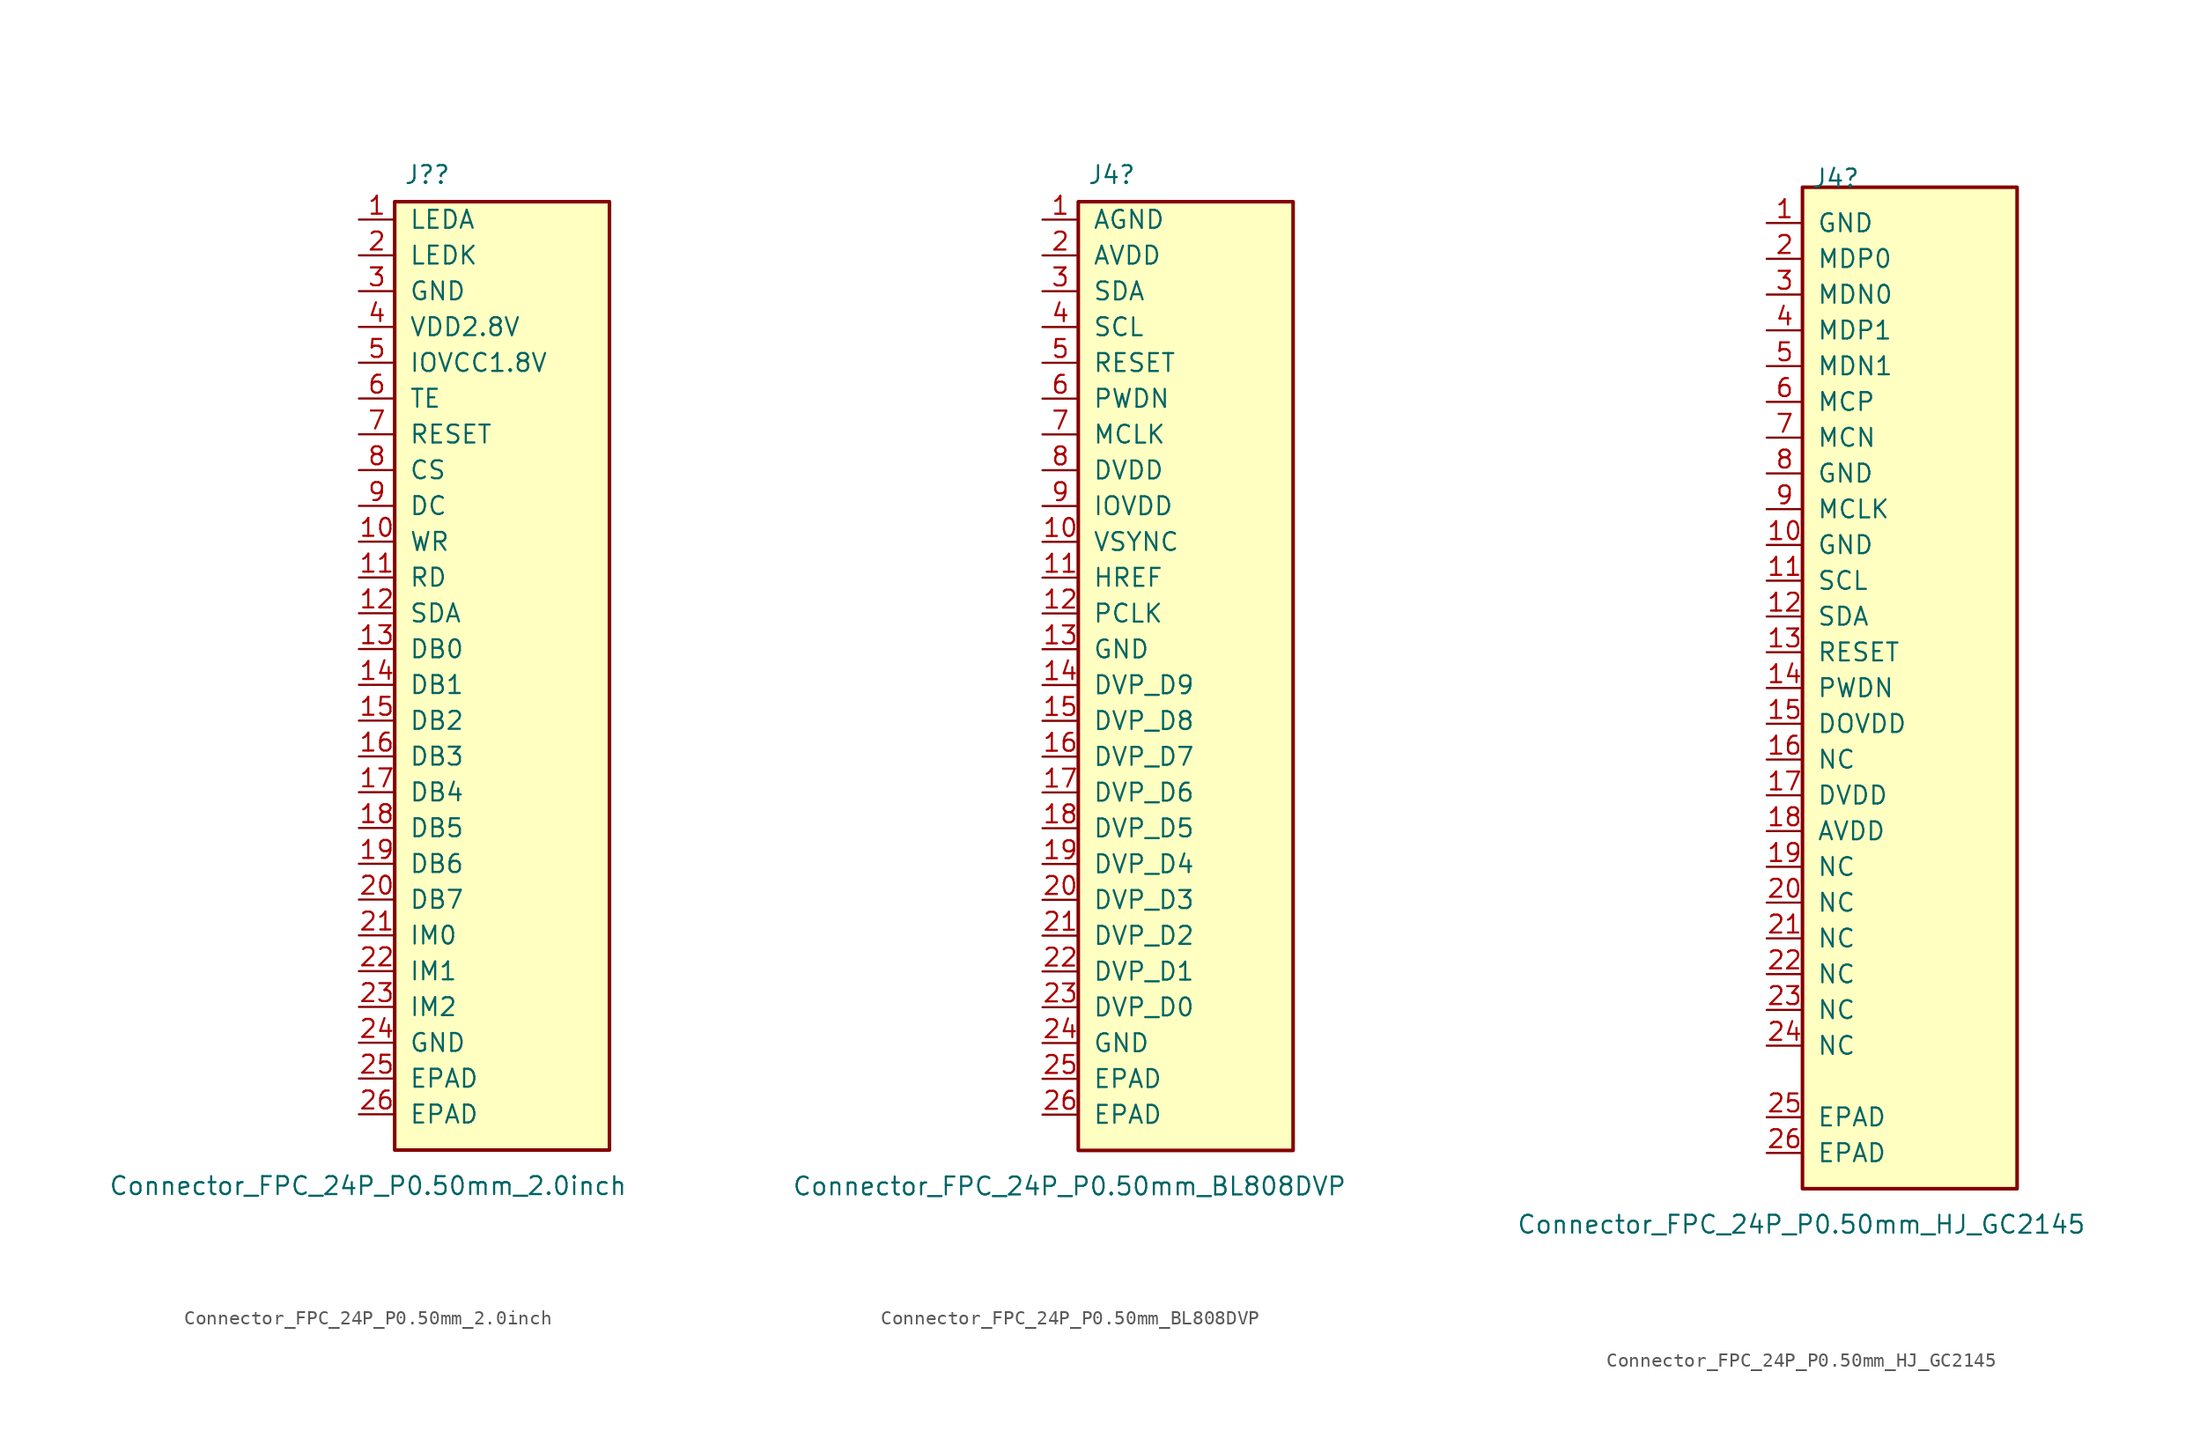
<source format=kicad_sym>
(kicad_symbol_lib
  (version 20211014)
  (generator kicad_symbol_editor)
  (symbol "Connector_FPC_24P_P0.50mm_2.0inch"
    (pin_names
      (offset 1.016))
    (property "Reference" "J?"
      (at -12.065 46.355 0)
      (effects (font (size 1.27 1.27)) (justify left)))
    (property "Value" "Connector_FPC_24P_P0.50mm_2.0inch"
      (at -33.02 -25.4 0)
      (effects (font (size 1.27 1.27)) (justify left)))
    (symbol "Connector_FPC_24P_P0.50mm_2.0inch_0_0"
      (pin bidirectional line (at -15.24 43.18 0) (length 2.54) (name "LEDA" (effects (font (size 1.27 1.27)))) (number "1" (effects (font (size 1.27 1.27)))))
      (pin bidirectional line (at -15.24 20.32 0) (length 2.54) (name "WR" (effects (font (size 1.27 1.27)))) (number "10" (effects (font (size 1.27 1.27)))))
      (pin bidirectional line (at -15.24 17.78 0) (length 2.54) (name "RD" (effects (font (size 1.27 1.27)))) (number "11" (effects (font (size 1.27 1.27)))))
      (pin bidirectional line (at -15.24 15.24 0) (length 2.54) (name "SDA" (effects (font (size 1.27 1.27)))) (number "12" (effects (font (size 1.27 1.27)))))
      (pin bidirectional line (at -15.24 12.7 0) (length 2.54) (name "DB0" (effects (font (size 1.27 1.27)))) (number "13" (effects (font (size 1.27 1.27)))))
      (pin bidirectional line (at -15.24 10.16 0) (length 2.54) (name "DB1" (effects (font (size 1.27 1.27)))) (number "14" (effects (font (size 1.27 1.27)))))
      (pin bidirectional line (at -15.24 7.62 0) (length 2.54) (name "DB2" (effects (font (size 1.27 1.27)))) (number "15" (effects (font (size 1.27 1.27)))))
      (pin bidirectional line (at -15.24 5.08 0) (length 2.54) (name "DB3" (effects (font (size 1.27 1.27)))) (number "16" (effects (font (size 1.27 1.27)))))
      (pin bidirectional line (at -15.24 2.54 0) (length 2.54) (name "DB4" (effects (font (size 1.27 1.27)))) (number "17" (effects (font (size 1.27 1.27)))))
      (pin bidirectional line (at -15.24 0 0) (length 2.54) (name "DB5" (effects (font (size 1.27 1.27)))) (number "18" (effects (font (size 1.27 1.27)))))
      (pin bidirectional line (at -15.24 -2.54 0) (length 2.54) (name "DB6" (effects (font (size 1.27 1.27)))) (number "19" (effects (font (size 1.27 1.27)))))
      (pin bidirectional line (at -15.24 40.64 0) (length 2.54) (name "LEDK" (effects (font (size 1.27 1.27)))) (number "2" (effects (font (size 1.27 1.27)))))
      (pin bidirectional line (at -15.24 -5.08 0) (length 2.54) (name "DB7" (effects (font (size 1.27 1.27)))) (number "20" (effects (font (size 1.27 1.27)))))
      (pin bidirectional line (at -15.24 -7.62 0) (length 2.54) (name "IM0" (effects (font (size 1.27 1.27)))) (number "21" (effects (font (size 1.27 1.27)))))
      (pin bidirectional line (at -15.24 -10.16 0) (length 2.54) (name "IM1" (effects (font (size 1.27 1.27)))) (number "22" (effects (font (size 1.27 1.27)))))
      (pin bidirectional line (at -15.24 -12.7 0) (length 2.54) (name "IM2" (effects (font (size 1.27 1.27)))) (number "23" (effects (font (size 1.27 1.27)))))
      (pin bidirectional line (at -15.24 -15.24 0) (length 2.54) (name "GND" (effects (font (size 1.27 1.27)))) (number "24" (effects (font (size 1.27 1.27)))))
      (pin bidirectional line (at -15.24 -17.78 0) (length 2.54) (name "EPAD" (effects (font (size 1.27 1.27)))) (number "25" (effects (font (size 1.27 1.27)))))
      (pin bidirectional line (at -15.24 -20.32 0) (length 2.54) (name "EPAD" (effects (font (size 1.27 1.27)))) (number "26" (effects (font (size 1.27 1.27)))))
      (pin bidirectional line (at -15.24 38.1 0) (length 2.54) (name "GND" (effects (font (size 1.27 1.27)))) (number "3" (effects (font (size 1.27 1.27)))))
      (pin bidirectional line (at -15.24 35.56 0) (length 2.54) (name "VDD2.8V" (effects (font (size 1.27 1.27)))) (number "4" (effects (font (size 1.27 1.27)))))
      (pin bidirectional line (at -15.24 33.02 0) (length 2.54) (name "IOVCC1.8V" (effects (font (size 1.27 1.27)))) (number "5" (effects (font (size 1.27 1.27)))))
      (pin bidirectional line (at -15.24 30.48 0) (length 2.54) (name "TE" (effects (font (size 1.27 1.27)))) (number "6" (effects (font (size 1.27 1.27)))))
      (pin bidirectional line (at -15.24 27.94 0) (length 2.54) (name "RESET" (effects (font (size 1.27 1.27)))) (number "7" (effects (font (size 1.27 1.27)))))
      (pin bidirectional line (at -15.24 25.4 0) (length 2.54) (name "CS" (effects (font (size 1.27 1.27)))) (number "8" (effects (font (size 1.27 1.27)))))
      (pin bidirectional line (at -15.24 22.86 0) (length 2.54) (name "DC" (effects (font (size 1.27 1.27)))) (number "9" (effects (font (size 1.27 1.27))))))
    (symbol "Connector_FPC_24P_P0.50mm_2.0inch_0_1"
      (rectangle (start -12.7 44.45) (end 2.54 -22.86) (stroke (width 0.254) (type default) (color 0 0 0 0)) (fill (type background)))))
  (symbol "Connector_FPC_24P_P0.50mm_BL808DVP"
    (pin_names
      (offset 1.016))
    (property "Reference" "J4"
      (at -12.065 46.355 0)
      (effects (font (size 1.27 1.27)) (justify left)))
    (property "Value" "Connector_FPC_24P_P0.50mm_BL808DVP"
      (at -33.02 -25.4 0)
      (effects (font (size 1.27 1.27)) (justify left)))
    (symbol "Connector_FPC_24P_P0.50mm_BL808DVP_0_0"
      (pin bidirectional line (at -15.24 43.18 0) (length 2.54) (name "AGND" (effects (font (size 1.27 1.27)))) (number "1" (effects (font (size 1.27 1.27)))))
      (pin bidirectional line (at -15.24 20.32 0) (length 2.54) (name "VSYNC" (effects (font (size 1.27 1.27)))) (number "10" (effects (font (size 1.27 1.27)))))
      (pin bidirectional line (at -15.24 17.78 0) (length 2.54) (name "HREF" (effects (font (size 1.27 1.27)))) (number "11" (effects (font (size 1.27 1.27)))))
      (pin bidirectional line (at -15.24 15.24 0) (length 2.54) (name "PCLK" (effects (font (size 1.27 1.27)))) (number "12" (effects (font (size 1.27 1.27)))))
      (pin bidirectional line (at -15.24 12.7 0) (length 2.54) (name "GND" (effects (font (size 1.27 1.27)))) (number "13" (effects (font (size 1.27 1.27)))))
      (pin bidirectional line (at -15.24 10.16 0) (length 2.54) (name "DVP_D9" (effects (font (size 1.27 1.27)))) (number "14" (effects (font (size 1.27 1.27)))))
      (pin bidirectional line (at -15.24 7.62 0) (length 2.54) (name "DVP_D8" (effects (font (size 1.27 1.27)))) (number "15" (effects (font (size 1.27 1.27)))))
      (pin bidirectional line (at -15.24 5.08 0) (length 2.54) (name "DVP_D7" (effects (font (size 1.27 1.27)))) (number "16" (effects (font (size 1.27 1.27)))))
      (pin bidirectional line (at -15.24 2.54 0) (length 2.54) (name "DVP_D6" (effects (font (size 1.27 1.27)))) (number "17" (effects (font (size 1.27 1.27)))))
      (pin bidirectional line (at -15.24 0 0) (length 2.54) (name "DVP_D5" (effects (font (size 1.27 1.27)))) (number "18" (effects (font (size 1.27 1.27)))))
      (pin bidirectional line (at -15.24 -2.54 0) (length 2.54) (name "DVP_D4" (effects (font (size 1.27 1.27)))) (number "19" (effects (font (size 1.27 1.27)))))
      (pin bidirectional line (at -15.24 40.64 0) (length 2.54) (name "AVDD" (effects (font (size 1.27 1.27)))) (number "2" (effects (font (size 1.27 1.27)))))
      (pin bidirectional line (at -15.24 -5.08 0) (length 2.54) (name "DVP_D3" (effects (font (size 1.27 1.27)))) (number "20" (effects (font (size 1.27 1.27)))))
      (pin bidirectional line (at -15.24 -7.62 0) (length 2.54) (name "DVP_D2" (effects (font (size 1.27 1.27)))) (number "21" (effects (font (size 1.27 1.27)))))
      (pin bidirectional line (at -15.24 -10.16 0) (length 2.54) (name "DVP_D1" (effects (font (size 1.27 1.27)))) (number "22" (effects (font (size 1.27 1.27)))))
      (pin bidirectional line (at -15.24 -12.7 0) (length 2.54) (name "DVP_D0" (effects (font (size 1.27 1.27)))) (number "23" (effects (font (size 1.27 1.27)))))
      (pin bidirectional line (at -15.24 -15.24 0) (length 2.54) (name "GND" (effects (font (size 1.27 1.27)))) (number "24" (effects (font (size 1.27 1.27)))))
      (pin bidirectional line (at -15.24 -17.78 0) (length 2.54) (name "EPAD" (effects (font (size 1.27 1.27)))) (number "25" (effects (font (size 1.27 1.27)))))
      (pin bidirectional line (at -15.24 -20.32 0) (length 2.54) (name "EPAD" (effects (font (size 1.27 1.27)))) (number "26" (effects (font (size 1.27 1.27)))))
      (pin bidirectional line (at -15.24 38.1 0) (length 2.54) (name "SDA" (effects (font (size 1.27 1.27)))) (number "3" (effects (font (size 1.27 1.27)))))
      (pin bidirectional line (at -15.24 35.56 0) (length 2.54) (name "SCL" (effects (font (size 1.27 1.27)))) (number "4" (effects (font (size 1.27 1.27)))))
      (pin bidirectional line (at -15.24 33.02 0) (length 2.54) (name "RESET" (effects (font (size 1.27 1.27)))) (number "5" (effects (font (size 1.27 1.27)))))
      (pin bidirectional line (at -15.24 30.48 0) (length 2.54) (name "PWDN" (effects (font (size 1.27 1.27)))) (number "6" (effects (font (size 1.27 1.27)))))
      (pin bidirectional line (at -15.24 27.94 0) (length 2.54) (name "MCLK" (effects (font (size 1.27 1.27)))) (number "7" (effects (font (size 1.27 1.27)))))
      (pin bidirectional line (at -15.24 25.4 0) (length 2.54) (name "DVDD" (effects (font (size 1.27 1.27)))) (number "8" (effects (font (size 1.27 1.27)))))
      (pin bidirectional line (at -15.24 22.86 0) (length 2.54) (name "IOVDD" (effects (font (size 1.27 1.27)))) (number "9" (effects (font (size 1.27 1.27))))))
    (symbol "Connector_FPC_24P_P0.50mm_BL808DVP_0_1"
      (rectangle (start -12.7 44.45) (end 2.54 -22.86) (stroke (width 0.254) (type default) (color 0 0 0 0)) (fill (type background)))))
  (symbol "Connector_FPC_24P_P0.50mm_HJ_GC2145"
    (pin_names
      (offset 1.016))
    (property "Reference" "J4"
      (at -12.065 46.355 0)
      (effects (font (size 1.27 1.27)) (justify left)))
    (property "Value" "Connector_FPC_24P_P0.50mm_HJ_GC2145"
      (at -33.02 -27.94 0)
      (effects (font (size 1.27 1.27)) (justify left)))
    (symbol "Connector_FPC_24P_P0.50mm_HJ_GC2145_0_0"
      (pin bidirectional line (at -15.24 43.18 0) (length 2.54) (name "GND" (effects (font (size 1.27 1.27)))) (number "1" (effects (font (size 1.27 1.27)))))
      (pin bidirectional line (at -15.24 20.32 0) (length 2.54) (name "GND" (effects (font (size 1.27 1.27)))) (number "10" (effects (font (size 1.27 1.27)))))
      (pin bidirectional line (at -15.24 17.78 0) (length 2.54) (name "SCL" (effects (font (size 1.27 1.27)))) (number "11" (effects (font (size 1.27 1.27)))))
      (pin bidirectional line (at -15.24 15.24 0) (length 2.54) (name "SDA" (effects (font (size 1.27 1.27)))) (number "12" (effects (font (size 1.27 1.27)))))
      (pin bidirectional line (at -15.24 12.7 0) (length 2.54) (name "RESET" (effects (font (size 1.27 1.27)))) (number "13" (effects (font (size 1.27 1.27)))))
      (pin bidirectional line (at -15.24 10.16 0) (length 2.54) (name "PWDN" (effects (font (size 1.27 1.27)))) (number "14" (effects (font (size 1.27 1.27)))))
      (pin bidirectional line (at -15.24 7.62 0) (length 2.54) (name "DOVDD" (effects (font (size 1.27 1.27)))) (number "15" (effects (font (size 1.27 1.27)))))
      (pin bidirectional line (at -15.24 5.08 0) (length 2.54) (name "NC" (effects (font (size 1.27 1.27)))) (number "16" (effects (font (size 1.27 1.27)))))
      (pin bidirectional line (at -15.24 2.54 0) (length 2.54) (name "DVDD" (effects (font (size 1.27 1.27)))) (number "17" (effects (font (size 1.27 1.27)))))
      (pin bidirectional line (at -15.24 0 0) (length 2.54) (name "AVDD" (effects (font (size 1.27 1.27)))) (number "18" (effects (font (size 1.27 1.27)))))
      (pin bidirectional line (at -15.24 -2.54 0) (length 2.54) (name "NC" (effects (font (size 1.27 1.27)))) (number "19" (effects (font (size 1.27 1.27)))))
      (pin bidirectional line (at -15.24 40.64 0) (length 2.54) (name "MDP0" (effects (font (size 1.27 1.27)))) (number "2" (effects (font (size 1.27 1.27)))))
      (pin bidirectional line (at -15.24 -5.08 0) (length 2.54) (name "NC" (effects (font (size 1.27 1.27)))) (number "20" (effects (font (size 1.27 1.27)))))
      (pin bidirectional line (at -15.24 -7.62 0) (length 2.54) (name "NC" (effects (font (size 1.27 1.27)))) (number "21" (effects (font (size 1.27 1.27)))))
      (pin bidirectional line (at -15.24 -10.16 0) (length 2.54) (name "NC" (effects (font (size 1.27 1.27)))) (number "22" (effects (font (size 1.27 1.27)))))
      (pin bidirectional line (at -15.24 -12.7 0) (length 2.54) (name "NC" (effects (font (size 1.27 1.27)))) (number "23" (effects (font (size 1.27 1.27)))))
      (pin bidirectional line (at -15.24 -15.24 0) (length 2.54) (name "NC" (effects (font (size 1.27 1.27)))) (number "24" (effects (font (size 1.27 1.27)))))
      (pin bidirectional line (at -15.24 -20.32 0) (length 2.54) (name "EPAD" (effects (font (size 1.27 1.27)))) (number "25" (effects (font (size 1.27 1.27)))))
      (pin bidirectional line (at -15.24 -22.86 0) (length 2.54) (name "EPAD" (effects (font (size 1.27 1.27)))) (number "26" (effects (font (size 1.27 1.27)))))
      (pin bidirectional line (at -15.24 38.1 0) (length 2.54) (name "MDN0" (effects (font (size 1.27 1.27)))) (number "3" (effects (font (size 1.27 1.27)))))
      (pin bidirectional line (at -15.24 35.56 0) (length 2.54) (name "MDP1" (effects (font (size 1.27 1.27)))) (number "4" (effects (font (size 1.27 1.27)))))
      (pin bidirectional line (at -15.24 33.02 0) (length 2.54) (name "MDN1" (effects (font (size 1.27 1.27)))) (number "5" (effects (font (size 1.27 1.27)))))
      (pin bidirectional line (at -15.24 30.48 0) (length 2.54) (name "MCP" (effects (font (size 1.27 1.27)))) (number "6" (effects (font (size 1.27 1.27)))))
      (pin bidirectional line (at -15.24 27.94 0) (length 2.54) (name "MCN" (effects (font (size 1.27 1.27)))) (number "7" (effects (font (size 1.27 1.27)))))
      (pin bidirectional line (at -15.24 25.4 0) (length 2.54) (name "GND" (effects (font (size 1.27 1.27)))) (number "8" (effects (font (size 1.27 1.27)))))
      (pin bidirectional line (at -15.24 22.86 0) (length 2.54) (name "MCLK" (effects (font (size 1.27 1.27)))) (number "9" (effects (font (size 1.27 1.27))))))
    (symbol "Connector_FPC_24P_P0.50mm_HJ_GC2145_0_1"
      (rectangle (start -12.7 45.72) (end 2.54 -25.4) (stroke (width 0.254) (type default) (color 0 0 0 0)) (fill (type background))))))
</source>
